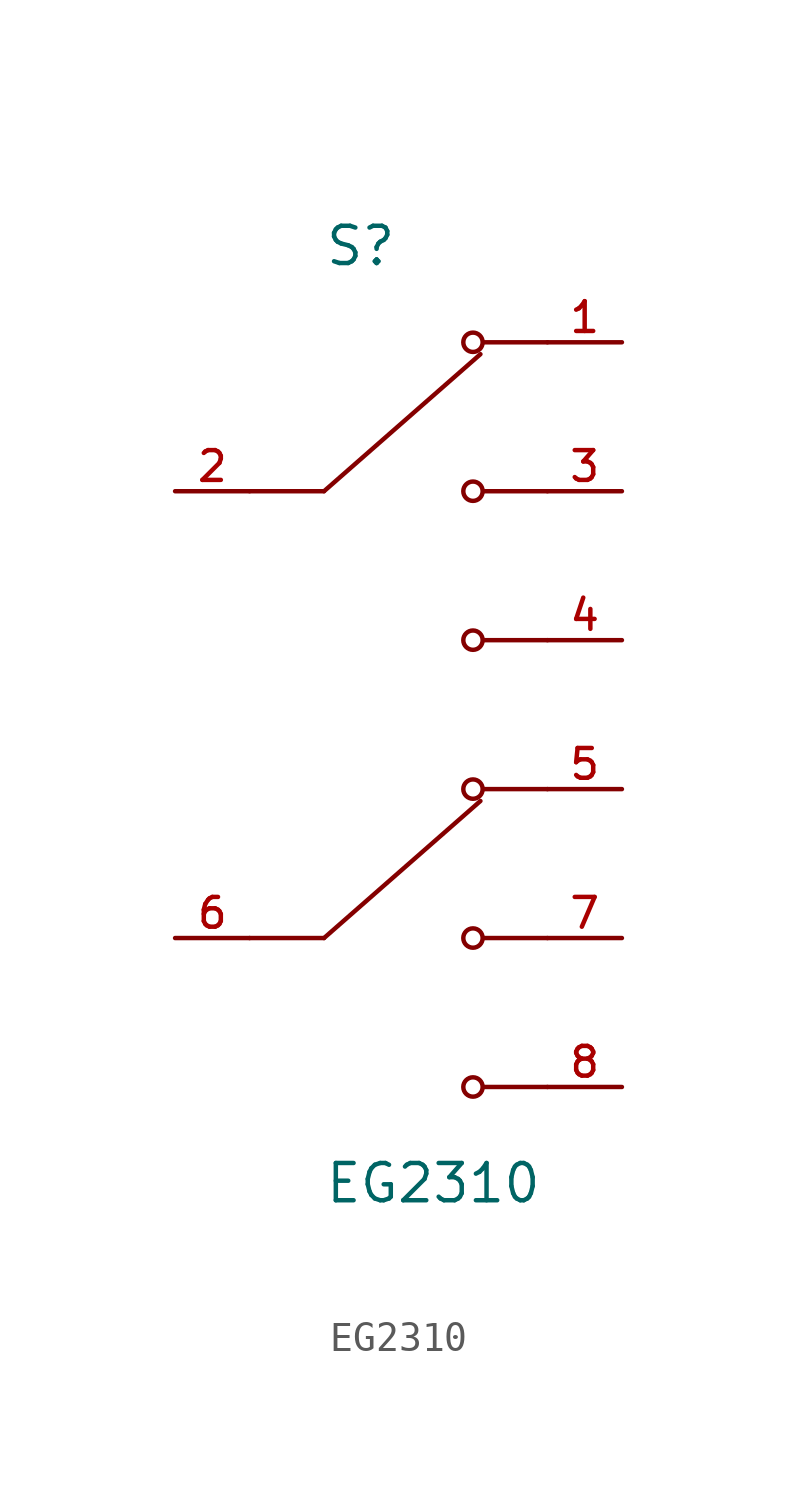
<source format=kicad_sym>
(kicad_symbol_lib
  (version 20211014)
  (generator kicad_symbol_editor)
  (symbol "EG2310"
    (pin_names
      (offset 1.016))
    (property "Reference" "S"
      (at -2.54 15.24 0)
      (effects (font (size 1.27 1.27)) (justify bottom left)))
    (property "Value" "EG2310"
      (at -2.54 -15.24 0)
      (effects (font (size 1.27 1.27)) (justify top left)))
    (symbol "EG2310_0_0"
      (polyline (pts (xy -2.54 7.62) (xy 2.794 12.294)) (stroke (width 0.152)))
      (circle (center 2.54 12.7) (radius 0.33) (stroke (width 0.152)) (fill (type none)))
      (circle (center 2.54 7.62) (radius 0.33) (stroke (width 0.152)) (fill (type none)))
      (polyline (pts (xy 5.08 7.62) (xy 2.921 7.62)) (stroke (width 0.152)))
      (polyline (pts (xy 5.08 12.7) (xy 2.921 12.7)) (stroke (width 0.152)))
      (polyline (pts (xy -2.54 7.62) (xy -5.08 7.62)) (stroke (width 0.152)))
      (polyline (pts (xy -2.54 -7.62) (xy 2.794 -2.946)) (stroke (width 0.152)))
      (circle (center 2.54 -2.54) (radius 0.33) (stroke (width 0.152)) (fill (type none)))
      (circle (center 2.54 -7.62) (radius 0.33) (stroke (width 0.152)) (fill (type none)))
      (polyline (pts (xy 5.08 -7.62) (xy 2.921 -7.62)) (stroke (width 0.152)))
      (polyline (pts (xy 5.08 -2.54) (xy 2.921 -2.54)) (stroke (width 0.152)))
      (polyline (pts (xy -2.54 -7.62) (xy -5.08 -7.62)) (stroke (width 0.152)))
      (circle (center 2.54 2.54) (radius 0.33) (stroke (width 0.152)) (fill (type none)))
      (polyline (pts (xy 5.08 2.54) (xy 2.921 2.54)) (stroke (width 0.152)))
      (circle (center 2.54 -12.7) (radius 0.33) (stroke (width 0.152)) (fill (type none)))
      (polyline (pts (xy 5.08 -12.7) (xy 2.921 -12.7)) (stroke (width 0.152)))
      (pin passive line (at 7.62 12.7 180.0) (length 2.54) (name "~" (effects (font (size 1.016 1.016)))) (number "1" (effects (font (size 1.016 1.016)))))
      (pin passive line (at -7.62 7.62 0) (length 2.54) (name "~" (effects (font (size 1.016 1.016)))) (number "2" (effects (font (size 1.016 1.016)))))
      (pin passive line (at 7.62 7.62 180.0) (length 2.54) (name "~" (effects (font (size 1.016 1.016)))) (number "3" (effects (font (size 1.016 1.016)))))
      (pin passive line (at 7.62 -2.54 180.0) (length 2.54) (name "~" (effects (font (size 1.016 1.016)))) (number "5" (effects (font (size 1.016 1.016)))))
      (pin passive line (at -7.62 -7.62 0) (length 2.54) (name "~" (effects (font (size 1.016 1.016)))) (number "6" (effects (font (size 1.016 1.016)))))
      (pin passive line (at 7.62 -7.62 180.0) (length 2.54) (name "~" (effects (font (size 1.016 1.016)))) (number "7" (effects (font (size 1.016 1.016)))))
      (pin passive line (at 7.62 2.54 180.0) (length 2.54) (name "~" (effects (font (size 1.016 1.016)))) (number "4" (effects (font (size 1.016 1.016)))))
      (pin passive line (at 7.62 -12.7 180.0) (length 2.54) (name "~" (effects (font (size 1.016 1.016)))) (number "8" (effects (font (size 1.016 1.016))))))))
</source>
